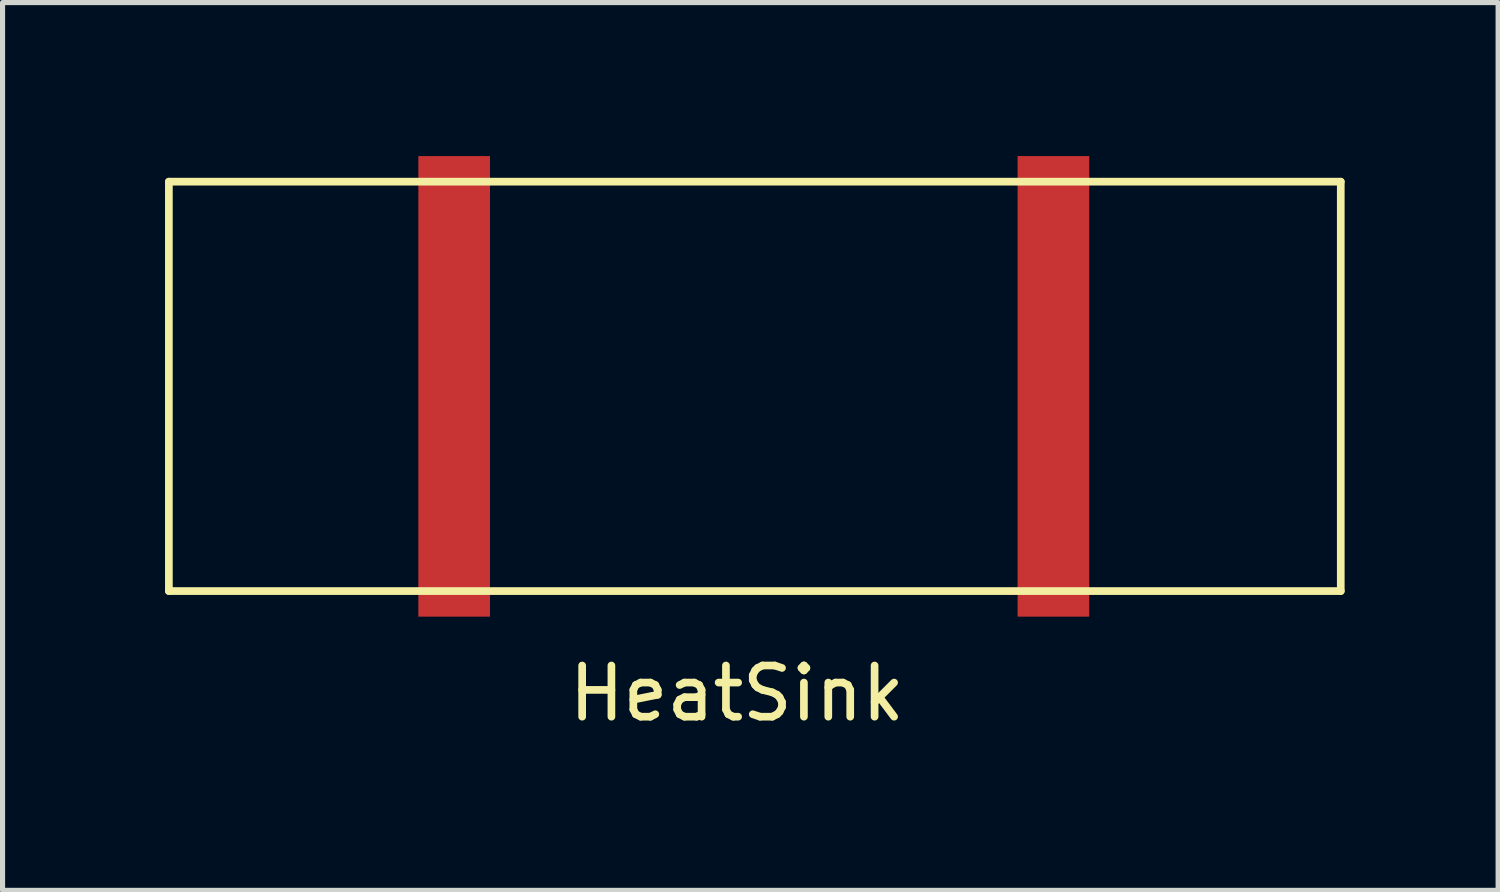
<source format=kicad_pcb>
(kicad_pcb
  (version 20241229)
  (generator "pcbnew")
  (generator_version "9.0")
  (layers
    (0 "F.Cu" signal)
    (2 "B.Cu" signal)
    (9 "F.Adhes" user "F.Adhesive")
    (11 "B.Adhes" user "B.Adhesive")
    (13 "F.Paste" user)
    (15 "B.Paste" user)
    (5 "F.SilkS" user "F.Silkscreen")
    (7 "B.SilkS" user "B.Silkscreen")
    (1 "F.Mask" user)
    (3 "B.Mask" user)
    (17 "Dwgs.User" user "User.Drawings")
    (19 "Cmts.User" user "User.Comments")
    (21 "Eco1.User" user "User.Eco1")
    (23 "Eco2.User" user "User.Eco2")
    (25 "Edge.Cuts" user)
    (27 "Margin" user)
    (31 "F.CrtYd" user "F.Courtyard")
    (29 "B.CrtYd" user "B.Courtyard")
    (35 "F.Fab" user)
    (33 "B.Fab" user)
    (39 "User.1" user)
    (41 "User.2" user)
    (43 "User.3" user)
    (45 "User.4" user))
  (footprint "HeatSink"
    (layer "F.Cu")
    (at 0.25 0.5)
    (property "Reference" "HeatSink" (at 11.1 10 0) (layer "F.SilkS") (effects (font (size 1 1) (thickness 0.15))))
    (attr through_hole)
    (fp_line (start 0 0) (end 22.9 0) (stroke (width 0.15) (type solid)) (layer "F.SilkS"))
    (fp_line (start 0 8) (end 0 0) (stroke (width 0.15) (type solid)) (layer "F.SilkS"))
    (fp_line (start 22.9 0) (end 22.9 8) (stroke (width 0.15) (type solid)) (layer "F.SilkS"))
    (fp_line (start 22.9 8) (end 0 8) (stroke (width 0.15) (type solid)) (layer "F.SilkS"))
    (pad "1" smd rect (at 5.575 4) (size 1.4 9) (layers "F.Cu" "F.Mask" "F.Paste"))
    (pad "2" smd rect (at 17.285 4) (size 1.4 9) (layers "F.Cu" "F.Mask" "F.Paste")))
  (gr_rect
    (start -3 -3)
    (end 26.225 14.348)
    (stroke (width 0.1) (type default))
    (fill no)
    (layer "Edge.Cuts")))
</source>
